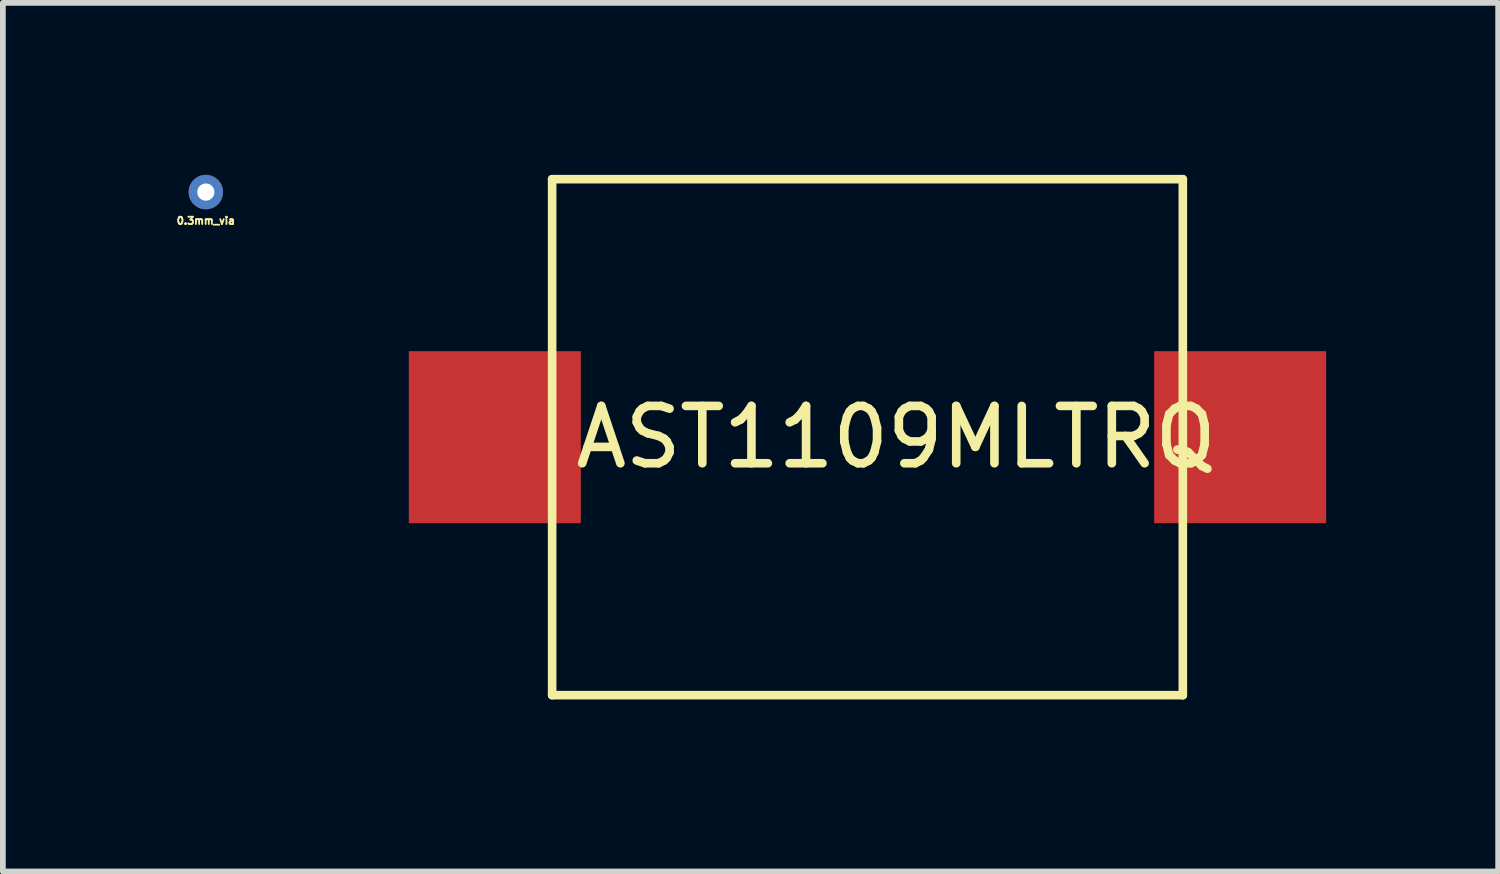
<source format=kicad_pcb>
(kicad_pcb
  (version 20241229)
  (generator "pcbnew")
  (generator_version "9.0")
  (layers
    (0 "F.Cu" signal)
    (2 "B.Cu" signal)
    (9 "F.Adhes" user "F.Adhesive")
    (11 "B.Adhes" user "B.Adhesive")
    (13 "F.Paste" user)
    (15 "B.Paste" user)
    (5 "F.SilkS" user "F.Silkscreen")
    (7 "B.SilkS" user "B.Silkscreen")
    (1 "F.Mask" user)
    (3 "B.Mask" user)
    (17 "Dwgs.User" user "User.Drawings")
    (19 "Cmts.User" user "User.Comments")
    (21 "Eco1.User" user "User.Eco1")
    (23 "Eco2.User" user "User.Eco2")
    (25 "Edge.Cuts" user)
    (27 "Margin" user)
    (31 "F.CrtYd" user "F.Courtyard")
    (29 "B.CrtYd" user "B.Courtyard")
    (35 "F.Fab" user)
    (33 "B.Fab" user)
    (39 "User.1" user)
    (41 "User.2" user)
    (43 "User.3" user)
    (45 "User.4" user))
  (footprint "0.3mm_via"
    (layer "F.Cu")
    (at 0.54 0.3)
    (property "Reference" "0.3mm_via" (at 0 0.5 0) (layer "F.SilkS") (effects (font (size 0.127 0.127) (thickness 0.032))))
    (attr through_hole)
    (pad "1" thru_hole circle (at 0 0) (size 0.6 0.6) (drill 0.3) (layers "*.Cu")))
  (footprint "AST1109MLTRQ"
    (layer "F.Cu")
    (at 12.08 4.575)
    (property "Reference" "AST1109MLTRQ" (at 0.5 0 0) (layer "F.SilkS") (effects (font (size 1 1) (thickness 0.15))))
    (attr through_hole)
    (fp_line (start -5.5 -4.5) (end 5.5 -4.5) (stroke (width 0.15) (type solid)) (layer "F.SilkS"))
    (fp_line (start -5.5 4.5) (end -5.5 -4.5) (stroke (width 0.15) (type solid)) (layer "F.SilkS"))
    (fp_line (start 5.5 -4.5) (end 5.5 4.5) (stroke (width 0.15) (type solid)) (layer "F.SilkS"))
    (fp_line (start 5.5 4.5) (end -5.5 4.5) (stroke (width 0.15) (type solid)) (layer "F.SilkS"))
    (pad "1" smd rect (at 6.5 0) (size 3 3) (layers "F.Cu" "F.Mask" "F.Paste"))
    (pad "2" smd rect (at -6.5 0) (size 3 3) (layers "F.Cu" "F.Mask" "F.Paste")))
  (gr_rect
    (start -3 -3)
    (end 23.08 12.15)
    (stroke (width 0.1) (type default))
    (fill no)
    (layer "Edge.Cuts")))
</source>
